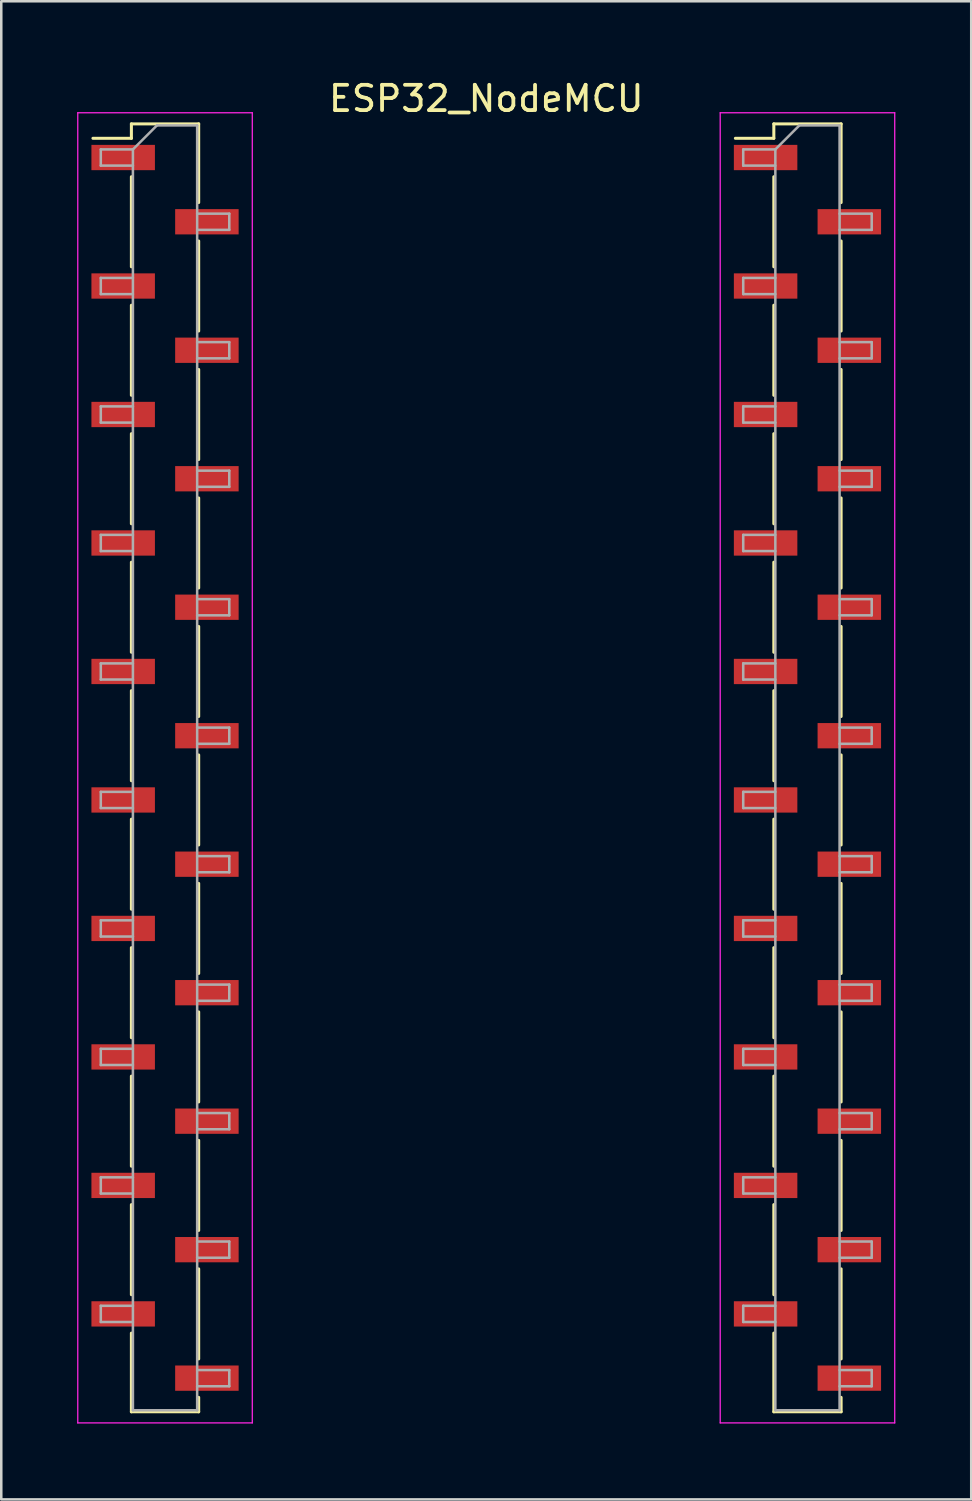
<source format=kicad_pcb>
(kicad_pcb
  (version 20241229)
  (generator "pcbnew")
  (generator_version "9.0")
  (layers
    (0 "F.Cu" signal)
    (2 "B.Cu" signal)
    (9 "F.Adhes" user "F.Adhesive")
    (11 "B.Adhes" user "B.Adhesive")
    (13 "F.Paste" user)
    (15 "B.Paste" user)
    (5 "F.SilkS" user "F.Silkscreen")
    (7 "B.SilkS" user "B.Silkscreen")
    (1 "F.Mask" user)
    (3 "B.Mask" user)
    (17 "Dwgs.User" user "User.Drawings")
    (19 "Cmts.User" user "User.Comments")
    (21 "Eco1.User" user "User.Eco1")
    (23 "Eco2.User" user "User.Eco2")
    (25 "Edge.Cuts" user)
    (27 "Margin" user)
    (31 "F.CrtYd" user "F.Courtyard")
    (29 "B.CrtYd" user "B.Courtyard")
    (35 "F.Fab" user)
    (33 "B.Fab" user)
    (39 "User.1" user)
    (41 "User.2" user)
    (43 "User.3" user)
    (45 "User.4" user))
  (footprint "ESP32_NodeMCU"
    (layer "F.Cu")
    (at 16.175 27.308)
    (property "Reference" "ESP32_NodeMCU" (at 0 -26.46 0) (layer "F.SilkS") (effects (font (size 1 1) (thickness 0.15))))
    (attr smd)
    (fp_line (start -14.03 -25.46) (end -14.03 -24.89) (stroke (width 0.12) (type solid)) (layer "F.SilkS"))
    (fp_line (start -14.03 -25.46) (end -11.37 -25.46) (stroke (width 0.12) (type solid)) (layer "F.SilkS"))
    (fp_line (start -14.03 -24.89) (end -15.55 -24.89) (stroke (width 0.12) (type solid)) (layer "F.SilkS"))
    (fp_line (start -14.03 -23.37) (end -14.03 -19.81) (stroke (width 0.12) (type solid)) (layer "F.SilkS"))
    (fp_line (start -14.03 -18.29) (end -14.03 -14.73) (stroke (width 0.12) (type solid)) (layer "F.SilkS"))
    (fp_line (start -14.03 -13.21) (end -14.03 -9.65) (stroke (width 0.12) (type solid)) (layer "F.SilkS"))
    (fp_line (start -14.03 -8.13) (end -14.03 -4.57) (stroke (width 0.12) (type solid)) (layer "F.SilkS"))
    (fp_line (start -14.03 -3.05) (end -14.03 0.51) (stroke (width 0.12) (type solid)) (layer "F.SilkS"))
    (fp_line (start -14.03 2.03) (end -14.03 5.59) (stroke (width 0.12) (type solid)) (layer "F.SilkS"))
    (fp_line (start -14.03 7.11) (end -14.03 10.67) (stroke (width 0.12) (type solid)) (layer "F.SilkS"))
    (fp_line (start -14.03 12.19) (end -14.03 15.75) (stroke (width 0.12) (type solid)) (layer "F.SilkS"))
    (fp_line (start -14.03 17.27) (end -14.03 20.83) (stroke (width 0.12) (type solid)) (layer "F.SilkS"))
    (fp_line (start -14.03 22.35) (end -14.03 25.46) (stroke (width 0.12) (type solid)) (layer "F.SilkS"))
    (fp_line (start -14.03 25.46) (end -11.37 25.46) (stroke (width 0.12) (type solid)) (layer "F.SilkS"))
    (fp_line (start -11.37 -25.46) (end -11.37 -22.35) (stroke (width 0.12) (type solid)) (layer "F.SilkS"))
    (fp_line (start -11.37 -20.83) (end -11.37 -17.27) (stroke (width 0.12) (type solid)) (layer "F.SilkS"))
    (fp_line (start -11.37 -15.75) (end -11.37 -12.19) (stroke (width 0.12) (type solid)) (layer "F.SilkS"))
    (fp_line (start -11.37 -10.67) (end -11.37 -7.11) (stroke (width 0.12) (type solid)) (layer "F.SilkS"))
    (fp_line (start -11.37 -5.59) (end -11.37 -2.03) (stroke (width 0.12) (type solid)) (layer "F.SilkS"))
    (fp_line (start -11.37 -0.51) (end -11.37 3.05) (stroke (width 0.12) (type solid)) (layer "F.SilkS"))
    (fp_line (start -11.37 4.57) (end -11.37 8.13) (stroke (width 0.12) (type solid)) (layer "F.SilkS"))
    (fp_line (start -11.37 9.65) (end -11.37 13.21) (stroke (width 0.12) (type solid)) (layer "F.SilkS"))
    (fp_line (start -11.37 14.73) (end -11.37 18.29) (stroke (width 0.12) (type solid)) (layer "F.SilkS"))
    (fp_line (start -11.37 19.81) (end -11.37 23.37) (stroke (width 0.12) (type solid)) (layer "F.SilkS"))
    (fp_line (start -11.37 24.89) (end -11.37 25.46) (stroke (width 0.12) (type solid)) (layer "F.SilkS"))
    (fp_line (start 11.37 -25.46) (end 11.37 -24.89) (stroke (width 0.12) (type solid)) (layer "F.SilkS"))
    (fp_line (start 11.37 -25.46) (end 14.03 -25.46) (stroke (width 0.12) (type solid)) (layer "F.SilkS"))
    (fp_line (start 11.37 -24.89) (end 9.85 -24.89) (stroke (width 0.12) (type solid)) (layer "F.SilkS"))
    (fp_line (start 11.37 -23.37) (end 11.37 -19.81) (stroke (width 0.12) (type solid)) (layer "F.SilkS"))
    (fp_line (start 11.37 -18.29) (end 11.37 -14.73) (stroke (width 0.12) (type solid)) (layer "F.SilkS"))
    (fp_line (start 11.37 -13.21) (end 11.37 -9.65) (stroke (width 0.12) (type solid)) (layer "F.SilkS"))
    (fp_line (start 11.37 -8.13) (end 11.37 -4.57) (stroke (width 0.12) (type solid)) (layer "F.SilkS"))
    (fp_line (start 11.37 -3.05) (end 11.37 0.51) (stroke (width 0.12) (type solid)) (layer "F.SilkS"))
    (fp_line (start 11.37 2.03) (end 11.37 5.59) (stroke (width 0.12) (type solid)) (layer "F.SilkS"))
    (fp_line (start 11.37 7.11) (end 11.37 10.67) (stroke (width 0.12) (type solid)) (layer "F.SilkS"))
    (fp_line (start 11.37 12.19) (end 11.37 15.75) (stroke (width 0.12) (type solid)) (layer "F.SilkS"))
    (fp_line (start 11.37 17.27) (end 11.37 20.83) (stroke (width 0.12) (type solid)) (layer "F.SilkS"))
    (fp_line (start 11.37 22.35) (end 11.37 25.46) (stroke (width 0.12) (type solid)) (layer "F.SilkS"))
    (fp_line (start 11.37 25.46) (end 14.03 25.46) (stroke (width 0.12) (type solid)) (layer "F.SilkS"))
    (fp_line (start 14.03 -25.46) (end 14.03 -22.35) (stroke (width 0.12) (type solid)) (layer "F.SilkS"))
    (fp_line (start 14.03 -20.83) (end 14.03 -17.27) (stroke (width 0.12) (type solid)) (layer "F.SilkS"))
    (fp_line (start 14.03 -15.75) (end 14.03 -12.19) (stroke (width 0.12) (type solid)) (layer "F.SilkS"))
    (fp_line (start 14.03 -10.67) (end 14.03 -7.11) (stroke (width 0.12) (type solid)) (layer "F.SilkS"))
    (fp_line (start 14.03 -5.59) (end 14.03 -2.03) (stroke (width 0.12) (type solid)) (layer "F.SilkS"))
    (fp_line (start 14.03 -0.51) (end 14.03 3.05) (stroke (width 0.12) (type solid)) (layer "F.SilkS"))
    (fp_line (start 14.03 4.57) (end 14.03 8.13) (stroke (width 0.12) (type solid)) (layer "F.SilkS"))
    (fp_line (start 14.03 9.65) (end 14.03 13.21) (stroke (width 0.12) (type solid)) (layer "F.SilkS"))
    (fp_line (start 14.03 14.73) (end 14.03 18.29) (stroke (width 0.12) (type solid)) (layer "F.SilkS"))
    (fp_line (start 14.03 19.81) (end 14.03 23.37) (stroke (width 0.12) (type solid)) (layer "F.SilkS"))
    (fp_line (start 14.03 24.89) (end 14.03 25.46) (stroke (width 0.12) (type solid)) (layer "F.SilkS"))
    (fp_line (start -16.15 -25.9) (end -16.15 25.9) (stroke (width 0.05) (type solid)) (layer "F.CrtYd"))
    (fp_line (start -16.15 25.9) (end -9.25 25.9) (stroke (width 0.05) (type solid)) (layer "F.CrtYd"))
    (fp_line (start -9.25 -25.9) (end -16.15 -25.9) (stroke (width 0.05) (type solid)) (layer "F.CrtYd"))
    (fp_line (start -9.25 25.9) (end -9.25 -25.9) (stroke (width 0.05) (type solid)) (layer "F.CrtYd"))
    (fp_line (start 9.25 -25.9) (end 9.25 25.9) (stroke (width 0.05) (type solid)) (layer "F.CrtYd"))
    (fp_line (start 9.25 25.9) (end 16.15 25.9) (stroke (width 0.05) (type solid)) (layer "F.CrtYd"))
    (fp_line (start 16.15 -25.9) (end 9.25 -25.9) (stroke (width 0.05) (type solid)) (layer "F.CrtYd"))
    (fp_line (start 16.15 25.9) (end 16.15 -25.9) (stroke (width 0.05) (type solid)) (layer "F.CrtYd"))
    (fp_line (start -15.24 -24.45) (end -15.24 -23.81) (stroke (width 0.1) (type solid)) (layer "F.Fab"))
    (fp_line (start -15.24 -23.81) (end -13.97 -23.81) (stroke (width 0.1) (type solid)) (layer "F.Fab"))
    (fp_line (start -15.24 -19.37) (end -15.24 -18.73) (stroke (width 0.1) (type solid)) (layer "F.Fab"))
    (fp_line (start -15.24 -18.73) (end -13.97 -18.73) (stroke (width 0.1) (type solid)) (layer "F.Fab"))
    (fp_line (start -15.24 -14.29) (end -15.24 -13.65) (stroke (width 0.1) (type solid)) (layer "F.Fab"))
    (fp_line (start -15.24 -13.65) (end -13.97 -13.65) (stroke (width 0.1) (type solid)) (layer "F.Fab"))
    (fp_line (start -15.24 -9.21) (end -15.24 -8.57) (stroke (width 0.1) (type solid)) (layer "F.Fab"))
    (fp_line (start -15.24 -8.57) (end -13.97 -8.57) (stroke (width 0.1) (type solid)) (layer "F.Fab"))
    (fp_line (start -15.24 -4.13) (end -15.24 -3.49) (stroke (width 0.1) (type solid)) (layer "F.Fab"))
    (fp_line (start -15.24 -3.49) (end -13.97 -3.49) (stroke (width 0.1) (type solid)) (layer "F.Fab"))
    (fp_line (start -15.24 0.95) (end -15.24 1.59) (stroke (width 0.1) (type solid)) (layer "F.Fab"))
    (fp_line (start -15.24 1.59) (end -13.97 1.59) (stroke (width 0.1) (type solid)) (layer "F.Fab"))
    (fp_line (start -15.24 6.03) (end -15.24 6.67) (stroke (width 0.1) (type solid)) (layer "F.Fab"))
    (fp_line (start -15.24 6.67) (end -13.97 6.67) (stroke (width 0.1) (type solid)) (layer "F.Fab"))
    (fp_line (start -15.24 11.11) (end -15.24 11.75) (stroke (width 0.1) (type solid)) (layer "F.Fab"))
    (fp_line (start -15.24 11.75) (end -13.97 11.75) (stroke (width 0.1) (type solid)) (layer "F.Fab"))
    (fp_line (start -15.24 16.19) (end -15.24 16.83) (stroke (width 0.1) (type solid)) (layer "F.Fab"))
    (fp_line (start -15.24 16.83) (end -13.97 16.83) (stroke (width 0.1) (type solid)) (layer "F.Fab"))
    (fp_line (start -15.24 21.27) (end -15.24 21.91) (stroke (width 0.1) (type solid)) (layer "F.Fab"))
    (fp_line (start -15.24 21.91) (end -13.97 21.91) (stroke (width 0.1) (type solid)) (layer "F.Fab"))
    (fp_line (start -13.97 -24.45) (end -15.24 -24.45) (stroke (width 0.1) (type solid)) (layer "F.Fab"))
    (fp_line (start -13.97 -24.45) (end -13.02 -25.4) (stroke (width 0.1) (type solid)) (layer "F.Fab"))
    (fp_line (start -13.97 -19.37) (end -15.24 -19.37) (stroke (width 0.1) (type solid)) (layer "F.Fab"))
    (fp_line (start -13.97 -14.29) (end -15.24 -14.29) (stroke (width 0.1) (type solid)) (layer "F.Fab"))
    (fp_line (start -13.97 -9.21) (end -15.24 -9.21) (stroke (width 0.1) (type solid)) (layer "F.Fab"))
    (fp_line (start -13.97 -4.13) (end -15.24 -4.13) (stroke (width 0.1) (type solid)) (layer "F.Fab"))
    (fp_line (start -13.97 0.95) (end -15.24 0.95) (stroke (width 0.1) (type solid)) (layer "F.Fab"))
    (fp_line (start -13.97 6.03) (end -15.24 6.03) (stroke (width 0.1) (type solid)) (layer "F.Fab"))
    (fp_line (start -13.97 11.11) (end -15.24 11.11) (stroke (width 0.1) (type solid)) (layer "F.Fab"))
    (fp_line (start -13.97 16.19) (end -15.24 16.19) (stroke (width 0.1) (type solid)) (layer "F.Fab"))
    (fp_line (start -13.97 21.27) (end -15.24 21.27) (stroke (width 0.1) (type solid)) (layer "F.Fab"))
    (fp_line (start -13.97 25.4) (end -13.97 -24.45) (stroke (width 0.1) (type solid)) (layer "F.Fab"))
    (fp_line (start -13.02 -25.4) (end -11.43 -25.4) (stroke (width 0.1) (type solid)) (layer "F.Fab"))
    (fp_line (start -11.43 -25.4) (end -11.43 25.4) (stroke (width 0.1) (type solid)) (layer "F.Fab"))
    (fp_line (start -11.43 -21.91) (end -10.16 -21.91) (stroke (width 0.1) (type solid)) (layer "F.Fab"))
    (fp_line (start -11.43 -16.83) (end -10.16 -16.83) (stroke (width 0.1) (type solid)) (layer "F.Fab"))
    (fp_line (start -11.43 -11.75) (end -10.16 -11.75) (stroke (width 0.1) (type solid)) (layer "F.Fab"))
    (fp_line (start -11.43 -6.67) (end -10.16 -6.67) (stroke (width 0.1) (type solid)) (layer "F.Fab"))
    (fp_line (start -11.43 -1.59) (end -10.16 -1.59) (stroke (width 0.1) (type solid)) (layer "F.Fab"))
    (fp_line (start -11.43 3.49) (end -10.16 3.49) (stroke (width 0.1) (type solid)) (layer "F.Fab"))
    (fp_line (start -11.43 8.57) (end -10.16 8.57) (stroke (width 0.1) (type solid)) (layer "F.Fab"))
    (fp_line (start -11.43 13.65) (end -10.16 13.65) (stroke (width 0.1) (type solid)) (layer "F.Fab"))
    (fp_line (start -11.43 18.73) (end -10.16 18.73) (stroke (width 0.1) (type solid)) (layer "F.Fab"))
    (fp_line (start -11.43 23.81) (end -10.16 23.81) (stroke (width 0.1) (type solid)) (layer "F.Fab"))
    (fp_line (start -11.43 25.4) (end -13.97 25.4) (stroke (width 0.1) (type solid)) (layer "F.Fab"))
    (fp_line (start -10.16 -21.91) (end -10.16 -21.27) (stroke (width 0.1) (type solid)) (layer "F.Fab"))
    (fp_line (start -10.16 -21.27) (end -11.43 -21.27) (stroke (width 0.1) (type solid)) (layer "F.Fab"))
    (fp_line (start -10.16 -16.83) (end -10.16 -16.19) (stroke (width 0.1) (type solid)) (layer "F.Fab"))
    (fp_line (start -10.16 -16.19) (end -11.43 -16.19) (stroke (width 0.1) (type solid)) (layer "F.Fab"))
    (fp_line (start -10.16 -11.75) (end -10.16 -11.11) (stroke (width 0.1) (type solid)) (layer "F.Fab"))
    (fp_line (start -10.16 -11.11) (end -11.43 -11.11) (stroke (width 0.1) (type solid)) (layer "F.Fab"))
    (fp_line (start -10.16 -6.67) (end -10.16 -6.03) (stroke (width 0.1) (type solid)) (layer "F.Fab"))
    (fp_line (start -10.16 -6.03) (end -11.43 -6.03) (stroke (width 0.1) (type solid)) (layer "F.Fab"))
    (fp_line (start -10.16 -1.59) (end -10.16 -0.95) (stroke (width 0.1) (type solid)) (layer "F.Fab"))
    (fp_line (start -10.16 -0.95) (end -11.43 -0.95) (stroke (width 0.1) (type solid)) (layer "F.Fab"))
    (fp_line (start -10.16 3.49) (end -10.16 4.13) (stroke (width 0.1) (type solid)) (layer "F.Fab"))
    (fp_line (start -10.16 4.13) (end -11.43 4.13) (stroke (width 0.1) (type solid)) (layer "F.Fab"))
    (fp_line (start -10.16 8.57) (end -10.16 9.21) (stroke (width 0.1) (type solid)) (layer "F.Fab"))
    (fp_line (start -10.16 9.21) (end -11.43 9.21) (stroke (width 0.1) (type solid)) (layer "F.Fab"))
    (fp_line (start -10.16 13.65) (end -10.16 14.29) (stroke (width 0.1) (type solid)) (layer "F.Fab"))
    (fp_line (start -10.16 14.29) (end -11.43 14.29) (stroke (width 0.1) (type solid)) (layer "F.Fab"))
    (fp_line (start -10.16 18.73) (end -10.16 19.37) (stroke (width 0.1) (type solid)) (layer "F.Fab"))
    (fp_line (start -10.16 19.37) (end -11.43 19.37) (stroke (width 0.1) (type solid)) (layer "F.Fab"))
    (fp_line (start -10.16 23.81) (end -10.16 24.45) (stroke (width 0.1) (type solid)) (layer "F.Fab"))
    (fp_line (start -10.16 24.45) (end -11.43 24.45) (stroke (width 0.1) (type solid)) (layer "F.Fab"))
    (fp_line (start 10.16 -24.45) (end 10.16 -23.81) (stroke (width 0.1) (type solid)) (layer "F.Fab"))
    (fp_line (start 10.16 -23.81) (end 11.43 -23.81) (stroke (width 0.1) (type solid)) (layer "F.Fab"))
    (fp_line (start 10.16 -19.37) (end 10.16 -18.73) (stroke (width 0.1) (type solid)) (layer "F.Fab"))
    (fp_line (start 10.16 -18.73) (end 11.43 -18.73) (stroke (width 0.1) (type solid)) (layer "F.Fab"))
    (fp_line (start 10.16 -14.29) (end 10.16 -13.65) (stroke (width 0.1) (type solid)) (layer "F.Fab"))
    (fp_line (start 10.16 -13.65) (end 11.43 -13.65) (stroke (width 0.1) (type solid)) (layer "F.Fab"))
    (fp_line (start 10.16 -9.21) (end 10.16 -8.57) (stroke (width 0.1) (type solid)) (layer "F.Fab"))
    (fp_line (start 10.16 -8.57) (end 11.43 -8.57) (stroke (width 0.1) (type solid)) (layer "F.Fab"))
    (fp_line (start 10.16 -4.13) (end 10.16 -3.49) (stroke (width 0.1) (type solid)) (layer "F.Fab"))
    (fp_line (start 10.16 -3.49) (end 11.43 -3.49) (stroke (width 0.1) (type solid)) (layer "F.Fab"))
    (fp_line (start 10.16 0.95) (end 10.16 1.59) (stroke (width 0.1) (type solid)) (layer "F.Fab"))
    (fp_line (start 10.16 1.59) (end 11.43 1.59) (stroke (width 0.1) (type solid)) (layer "F.Fab"))
    (fp_line (start 10.16 6.03) (end 10.16 6.67) (stroke (width 0.1) (type solid)) (layer "F.Fab"))
    (fp_line (start 10.16 6.67) (end 11.43 6.67) (stroke (width 0.1) (type solid)) (layer "F.Fab"))
    (fp_line (start 10.16 11.11) (end 10.16 11.75) (stroke (width 0.1) (type solid)) (layer "F.Fab"))
    (fp_line (start 10.16 11.75) (end 11.43 11.75) (stroke (width 0.1) (type solid)) (layer "F.Fab"))
    (fp_line (start 10.16 16.19) (end 10.16 16.83) (stroke (width 0.1) (type solid)) (layer "F.Fab"))
    (fp_line (start 10.16 16.83) (end 11.43 16.83) (stroke (width 0.1) (type solid)) (layer "F.Fab"))
    (fp_line (start 10.16 21.27) (end 10.16 21.91) (stroke (width 0.1) (type solid)) (layer "F.Fab"))
    (fp_line (start 10.16 21.91) (end 11.43 21.91) (stroke (width 0.1) (type solid)) (layer "F.Fab"))
    (fp_line (start 11.43 -24.45) (end 10.16 -24.45) (stroke (width 0.1) (type solid)) (layer "F.Fab"))
    (fp_line (start 11.43 -24.45) (end 12.38 -25.4) (stroke (width 0.1) (type solid)) (layer "F.Fab"))
    (fp_line (start 11.43 -19.37) (end 10.16 -19.37) (stroke (width 0.1) (type solid)) (layer "F.Fab"))
    (fp_line (start 11.43 -14.29) (end 10.16 -14.29) (stroke (width 0.1) (type solid)) (layer "F.Fab"))
    (fp_line (start 11.43 -9.21) (end 10.16 -9.21) (stroke (width 0.1) (type solid)) (layer "F.Fab"))
    (fp_line (start 11.43 -4.13) (end 10.16 -4.13) (stroke (width 0.1) (type solid)) (layer "F.Fab"))
    (fp_line (start 11.43 0.95) (end 10.16 0.95) (stroke (width 0.1) (type solid)) (layer "F.Fab"))
    (fp_line (start 11.43 6.03) (end 10.16 6.03) (stroke (width 0.1) (type solid)) (layer "F.Fab"))
    (fp_line (start 11.43 11.11) (end 10.16 11.11) (stroke (width 0.1) (type solid)) (layer "F.Fab"))
    (fp_line (start 11.43 16.19) (end 10.16 16.19) (stroke (width 0.1) (type solid)) (layer "F.Fab"))
    (fp_line (start 11.43 21.27) (end 10.16 21.27) (stroke (width 0.1) (type solid)) (layer "F.Fab"))
    (fp_line (start 11.43 25.4) (end 11.43 -24.45) (stroke (width 0.1) (type solid)) (layer "F.Fab"))
    (fp_line (start 12.38 -25.4) (end 13.97 -25.4) (stroke (width 0.1) (type solid)) (layer "F.Fab"))
    (fp_line (start 13.97 -25.4) (end 13.97 25.4) (stroke (width 0.1) (type solid)) (layer "F.Fab"))
    (fp_line (start 13.97 -21.91) (end 15.24 -21.91) (stroke (width 0.1) (type solid)) (layer "F.Fab"))
    (fp_line (start 13.97 -16.83) (end 15.24 -16.83) (stroke (width 0.1) (type solid)) (layer "F.Fab"))
    (fp_line (start 13.97 -11.75) (end 15.24 -11.75) (stroke (width 0.1) (type solid)) (layer "F.Fab"))
    (fp_line (start 13.97 -6.67) (end 15.24 -6.67) (stroke (width 0.1) (type solid)) (layer "F.Fab"))
    (fp_line (start 13.97 -1.59) (end 15.24 -1.59) (stroke (width 0.1) (type solid)) (layer "F.Fab"))
    (fp_line (start 13.97 3.49) (end 15.24 3.49) (stroke (width 0.1) (type solid)) (layer "F.Fab"))
    (fp_line (start 13.97 8.57) (end 15.24 8.57) (stroke (width 0.1) (type solid)) (layer "F.Fab"))
    (fp_line (start 13.97 13.65) (end 15.24 13.65) (stroke (width 0.1) (type solid)) (layer "F.Fab"))
    (fp_line (start 13.97 18.73) (end 15.24 18.73) (stroke (width 0.1) (type solid)) (layer "F.Fab"))
    (fp_line (start 13.97 23.81) (end 15.24 23.81) (stroke (width 0.1) (type solid)) (layer "F.Fab"))
    (fp_line (start 13.97 25.4) (end 11.43 25.4) (stroke (width 0.1) (type solid)) (layer "F.Fab"))
    (fp_line (start 15.24 -21.91) (end 15.24 -21.27) (stroke (width 0.1) (type solid)) (layer "F.Fab"))
    (fp_line (start 15.24 -21.27) (end 13.97 -21.27) (stroke (width 0.1) (type solid)) (layer "F.Fab"))
    (fp_line (start 15.24 -16.83) (end 15.24 -16.19) (stroke (width 0.1) (type solid)) (layer "F.Fab"))
    (fp_line (start 15.24 -16.19) (end 13.97 -16.19) (stroke (width 0.1) (type solid)) (layer "F.Fab"))
    (fp_line (start 15.24 -11.75) (end 15.24 -11.11) (stroke (width 0.1) (type solid)) (layer "F.Fab"))
    (fp_line (start 15.24 -11.11) (end 13.97 -11.11) (stroke (width 0.1) (type solid)) (layer "F.Fab"))
    (fp_line (start 15.24 -6.67) (end 15.24 -6.03) (stroke (width 0.1) (type solid)) (layer "F.Fab"))
    (fp_line (start 15.24 -6.03) (end 13.97 -6.03) (stroke (width 0.1) (type solid)) (layer "F.Fab"))
    (fp_line (start 15.24 -1.59) (end 15.24 -0.95) (stroke (width 0.1) (type solid)) (layer "F.Fab"))
    (fp_line (start 15.24 -0.95) (end 13.97 -0.95) (stroke (width 0.1) (type solid)) (layer "F.Fab"))
    (fp_line (start 15.24 3.49) (end 15.24 4.13) (stroke (width 0.1) (type solid)) (layer "F.Fab"))
    (fp_line (start 15.24 4.13) (end 13.97 4.13) (stroke (width 0.1) (type solid)) (layer "F.Fab"))
    (fp_line (start 15.24 8.57) (end 15.24 9.21) (stroke (width 0.1) (type solid)) (layer "F.Fab"))
    (fp_line (start 15.24 9.21) (end 13.97 9.21) (stroke (width 0.1) (type solid)) (layer "F.Fab"))
    (fp_line (start 15.24 13.65) (end 15.24 14.29) (stroke (width 0.1) (type solid)) (layer "F.Fab"))
    (fp_line (start 15.24 14.29) (end 13.97 14.29) (stroke (width 0.1) (type solid)) (layer "F.Fab"))
    (fp_line (start 15.24 18.73) (end 15.24 19.37) (stroke (width 0.1) (type solid)) (layer "F.Fab"))
    (fp_line (start 15.24 19.37) (end 13.97 19.37) (stroke (width 0.1) (type solid)) (layer "F.Fab"))
    (fp_line (start 15.24 23.81) (end 15.24 24.45) (stroke (width 0.1) (type solid)) (layer "F.Fab"))
    (fp_line (start 15.24 24.45) (end 13.97 24.45) (stroke (width 0.1) (type solid)) (layer "F.Fab"))
    (pad "1" smd rect (at -14.355 -24.13) (size 2.51 1) (layers "F.Cu" "F.Mask" "F.Paste"))
    (pad "2" smd rect (at -11.045 -21.59) (size 2.51 1) (layers "F.Cu" "F.Mask" "F.Paste"))
    (pad "3" smd rect (at -14.355 -19.05) (size 2.51 1) (layers "F.Cu" "F.Mask" "F.Paste"))
    (pad "4" smd rect (at -11.045 -16.51) (size 2.51 1) (layers "F.Cu" "F.Mask" "F.Paste"))
    (pad "5" smd rect (at -14.355 -13.97) (size 2.51 1) (layers "F.Cu" "F.Mask" "F.Paste"))
    (pad "6" smd rect (at -11.045 -11.43) (size 2.51 1) (layers "F.Cu" "F.Mask" "F.Paste"))
    (pad "7" smd rect (at -14.355 -8.89) (size 2.51 1) (layers "F.Cu" "F.Mask" "F.Paste"))
    (pad "8" smd rect (at -11.045 -6.35) (size 2.51 1) (layers "F.Cu" "F.Mask" "F.Paste"))
    (pad "9" smd rect (at -14.355 -3.81) (size 2.51 1) (layers "F.Cu" "F.Mask" "F.Paste"))
    (pad "10" smd rect (at -11.045 -1.27) (size 2.51 1) (layers "F.Cu" "F.Mask" "F.Paste"))
    (pad "11" smd rect (at -14.355 1.27) (size 2.51 1) (layers "F.Cu" "F.Mask" "F.Paste"))
    (pad "12" smd rect (at -11.045 3.81) (size 2.51 1) (layers "F.Cu" "F.Mask" "F.Paste"))
    (pad "13" smd rect (at -14.355 6.35) (size 2.51 1) (layers "F.Cu" "F.Mask" "F.Paste"))
    (pad "14" smd rect (at -11.045 8.89) (size 2.51 1) (layers "F.Cu" "F.Mask" "F.Paste"))
    (pad "15" smd rect (at -14.355 11.43) (size 2.51 1) (layers "F.Cu" "F.Mask" "F.Paste"))
    (pad "16" smd rect (at -11.045 13.97) (size 2.51 1) (layers "F.Cu" "F.Mask" "F.Paste"))
    (pad "17" smd rect (at -14.355 16.51) (size 2.51 1) (layers "F.Cu" "F.Mask" "F.Paste"))
    (pad "18" smd rect (at -11.045 19.05) (size 2.51 1) (layers "F.Cu" "F.Mask" "F.Paste"))
    (pad "19" smd rect (at -14.355 21.59) (size 2.51 1) (layers "F.Cu" "F.Mask" "F.Paste"))
    (pad "20" smd rect (at 11.045 21.59) (size 2.51 1) (layers "F.Cu" "F.Mask" "F.Paste"))
    (pad "21" smd rect (at 14.355 19.05) (size 2.51 1) (layers "F.Cu" "F.Mask" "F.Paste"))
    (pad "22" smd rect (at 11.045 16.51) (size 2.51 1) (layers "F.Cu" "F.Mask" "F.Paste"))
    (pad "23" smd rect (at 14.355 13.97) (size 2.51 1) (layers "F.Cu" "F.Mask" "F.Paste"))
    (pad "24" smd rect (at 11.045 11.43) (size 2.51 1) (layers "F.Cu" "F.Mask" "F.Paste"))
    (pad "25" smd rect (at 14.355 8.89) (size 2.51 1) (layers "F.Cu" "F.Mask" "F.Paste"))
    (pad "26" smd rect (at 11.045 6.35) (size 2.51 1) (layers "F.Cu" "F.Mask" "F.Paste"))
    (pad "27" smd rect (at 14.355 3.81) (size 2.51 1) (layers "F.Cu" "F.Mask" "F.Paste"))
    (pad "28" smd rect (at 11.045 1.27) (size 2.51 1) (layers "F.Cu" "F.Mask" "F.Paste"))
    (pad "29" smd rect (at 14.355 -1.27) (size 2.51 1) (layers "F.Cu" "F.Mask" "F.Paste"))
    (pad "30" smd rect (at 11.045 -3.81) (size 2.51 1) (layers "F.Cu" "F.Mask" "F.Paste"))
    (pad "31" smd rect (at 14.355 -6.35) (size 2.51 1) (layers "F.Cu" "F.Mask" "F.Paste"))
    (pad "32" smd rect (at 11.045 -8.89) (size 2.51 1) (layers "F.Cu" "F.Mask" "F.Paste"))
    (pad "33" smd rect (at 14.355 -11.43) (size 2.51 1) (layers "F.Cu" "F.Mask" "F.Paste"))
    (pad "34" smd rect (at 11.045 -13.97) (size 2.51 1) (layers "F.Cu" "F.Mask" "F.Paste"))
    (pad "35" smd rect (at 14.355 -16.51) (size 2.51 1) (layers "F.Cu" "F.Mask" "F.Paste"))
    (pad "36" smd rect (at 11.045 -19.05) (size 2.51 1) (layers "F.Cu" "F.Mask" "F.Paste"))
    (pad "37" smd rect (at 14.355 -21.59) (size 2.51 1) (layers "F.Cu" "F.Mask" "F.Paste"))
    (pad "38" smd rect (at 11.045 -24.13) (size 2.51 1) (layers "F.Cu" "F.Mask" "F.Paste"))
    (pad "39" smd rect (at -11.045 24.13) (size 2.51 1) (layers "F.Cu" "F.Mask" "F.Paste"))
    (pad "40" smd rect (at 14.355 24.13) (size 2.51 1) (layers "F.Cu" "F.Mask" "F.Paste")))
  (gr_rect
    (start -3 -3)
    (end 35.35 56.233)
    (stroke (width 0.1) (type default))
    (fill no)
    (layer "Edge.Cuts")))
</source>
